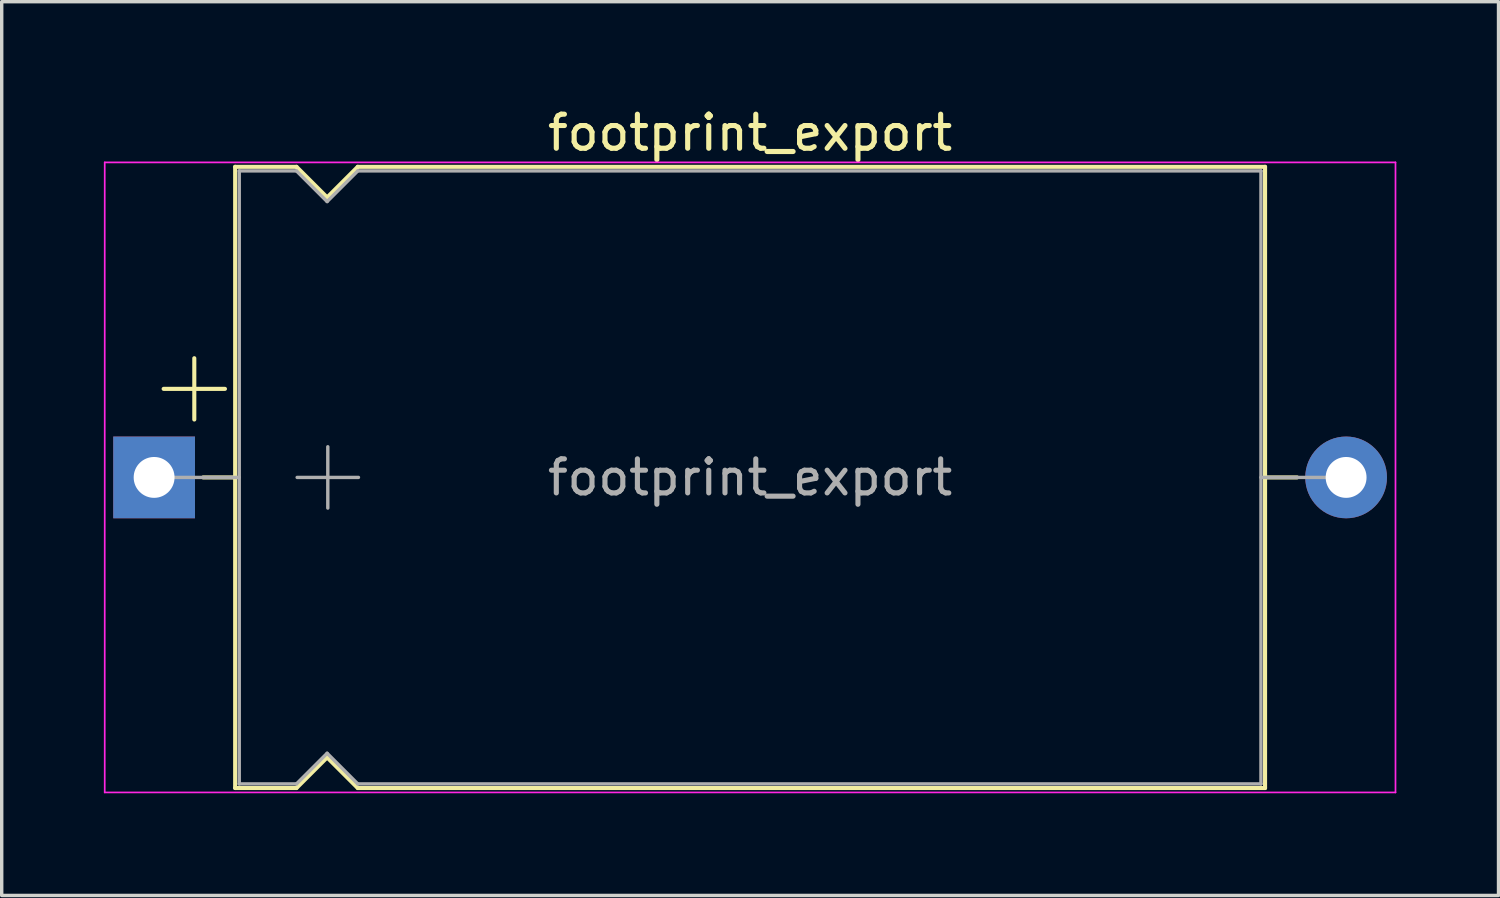
<source format=kicad_pcb>
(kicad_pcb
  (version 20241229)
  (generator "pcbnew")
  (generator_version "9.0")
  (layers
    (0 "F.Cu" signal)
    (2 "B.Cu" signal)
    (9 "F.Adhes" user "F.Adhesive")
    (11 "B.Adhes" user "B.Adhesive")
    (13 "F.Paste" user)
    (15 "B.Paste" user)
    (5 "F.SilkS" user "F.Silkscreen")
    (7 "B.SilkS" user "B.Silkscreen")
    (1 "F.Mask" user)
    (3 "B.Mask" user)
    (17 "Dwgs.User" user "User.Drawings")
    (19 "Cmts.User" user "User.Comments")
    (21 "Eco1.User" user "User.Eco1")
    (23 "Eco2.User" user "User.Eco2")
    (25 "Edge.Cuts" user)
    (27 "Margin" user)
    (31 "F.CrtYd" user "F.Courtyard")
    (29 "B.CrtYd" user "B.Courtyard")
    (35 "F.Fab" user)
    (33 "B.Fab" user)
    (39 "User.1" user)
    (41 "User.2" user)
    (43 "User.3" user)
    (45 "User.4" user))
  (footprint "footprint_export"
    (layer "F.Cu")
    (at 1.475 10.968)
    (property "Reference" "footprint_export" (at 17.5 -10.12 0) (layer "F.SilkS") (effects (font (size 1 1) (thickness 0.15))))
    (attr through_hole)
    (fp_line (start 0.28 -2.6) (end 2.08 -2.6) (stroke (width 0.12) (type solid)) (layer "F.SilkS"))
    (fp_line (start 1.18 -3.5) (end 1.18 -1.7) (stroke (width 0.12) (type solid)) (layer "F.SilkS"))
    (fp_line (start 1.44 0) (end 2.38 0) (stroke (width 0.12) (type solid)) (layer "F.SilkS"))
    (fp_line (start 2.38 -9.12) (end 2.38 9.12) (stroke (width 0.12) (type solid)) (layer "F.SilkS"))
    (fp_line (start 2.38 -9.12) (end 4.18 -9.12) (stroke (width 0.12) (type solid)) (layer "F.SilkS"))
    (fp_line (start 2.38 9.12) (end 4.18 9.12) (stroke (width 0.12) (type solid)) (layer "F.SilkS"))
    (fp_line (start 4.18 -9.12) (end 5.08 -8.22) (stroke (width 0.12) (type solid)) (layer "F.SilkS"))
    (fp_line (start 4.18 9.12) (end 5.08 8.22) (stroke (width 0.12) (type solid)) (layer "F.SilkS"))
    (fp_line (start 5.08 -8.22) (end 5.98 -9.12) (stroke (width 0.12) (type solid)) (layer "F.SilkS"))
    (fp_line (start 5.08 8.22) (end 5.98 9.12) (stroke (width 0.12) (type solid)) (layer "F.SilkS"))
    (fp_line (start 5.98 -9.12) (end 32.62 -9.12) (stroke (width 0.12) (type solid)) (layer "F.SilkS"))
    (fp_line (start 5.98 9.12) (end 32.62 9.12) (stroke (width 0.12) (type solid)) (layer "F.SilkS"))
    (fp_line (start 32.62 -9.12) (end 32.62 9.12) (stroke (width 0.12) (type solid)) (layer "F.SilkS"))
    (fp_line (start 33.56 0) (end 32.62 0) (stroke (width 0.12) (type solid)) (layer "F.SilkS"))
    (fp_line (start -1.45 -9.25) (end -1.45 9.25) (stroke (width 0.05) (type solid)) (layer "F.CrtYd"))
    (fp_line (start -1.45 9.25) (end 36.45 9.25) (stroke (width 0.05) (type solid)) (layer "F.CrtYd"))
    (fp_line (start 36.45 -9.25) (end -1.45 -9.25) (stroke (width 0.05) (type solid)) (layer "F.CrtYd"))
    (fp_line (start 36.45 9.25) (end 36.45 -9.25) (stroke (width 0.05) (type solid)) (layer "F.CrtYd"))
    (fp_line (start 0 0) (end 2.5 0) (stroke (width 0.1) (type solid)) (layer "F.Fab"))
    (fp_line (start 2.5 -9) (end 2.5 9) (stroke (width 0.1) (type solid)) (layer "F.Fab"))
    (fp_line (start 2.5 -9) (end 4.18 -9) (stroke (width 0.1) (type solid)) (layer "F.Fab"))
    (fp_line (start 2.5 9) (end 4.18 9) (stroke (width 0.1) (type solid)) (layer "F.Fab"))
    (fp_line (start 4.18 -9) (end 5.08 -8.1) (stroke (width 0.1) (type solid)) (layer "F.Fab"))
    (fp_line (start 4.18 9) (end 5.08 8.1) (stroke (width 0.1) (type solid)) (layer "F.Fab"))
    (fp_line (start 4.2 0) (end 6 0) (stroke (width 0.1) (type solid)) (layer "F.Fab"))
    (fp_line (start 5.08 -8.1) (end 5.98 -9) (stroke (width 0.1) (type solid)) (layer "F.Fab"))
    (fp_line (start 5.08 8.1) (end 5.98 9) (stroke (width 0.1) (type solid)) (layer "F.Fab"))
    (fp_line (start 5.1 -0.9) (end 5.1 0.9) (stroke (width 0.1) (type solid)) (layer "F.Fab"))
    (fp_line (start 5.98 -9) (end 32.5 -9) (stroke (width 0.1) (type solid)) (layer "F.Fab"))
    (fp_line (start 5.98 9) (end 32.5 9) (stroke (width 0.1) (type solid)) (layer "F.Fab"))
    (fp_line (start 32.5 -9) (end 32.5 9) (stroke (width 0.1) (type solid)) (layer "F.Fab"))
    (fp_line (start 35 0) (end 32.5 0) (stroke (width 0.1) (type solid)) (layer "F.Fab"))
    (fp_text user "${REFERENCE}" (at 17.5 0 0) (layer "F.Fab") (effects (font (size 1 1) (thickness 0.15))))
    (pad "1" thru_hole rect (at 0 0) (size 2.4 2.4) (drill 1.2) (layers "*.Cu" "*.Mask"))
    (pad "2" thru_hole oval (at 35 0) (size 2.4 2.4) (drill 1.2) (layers "*.Cu" "*.Mask")))
  (gr_rect
    (start -3 -3)
    (end 40.95 23.243)
    (stroke (width 0.1) (type default))
    (fill no)
    (layer "Edge.Cuts")))
</source>
